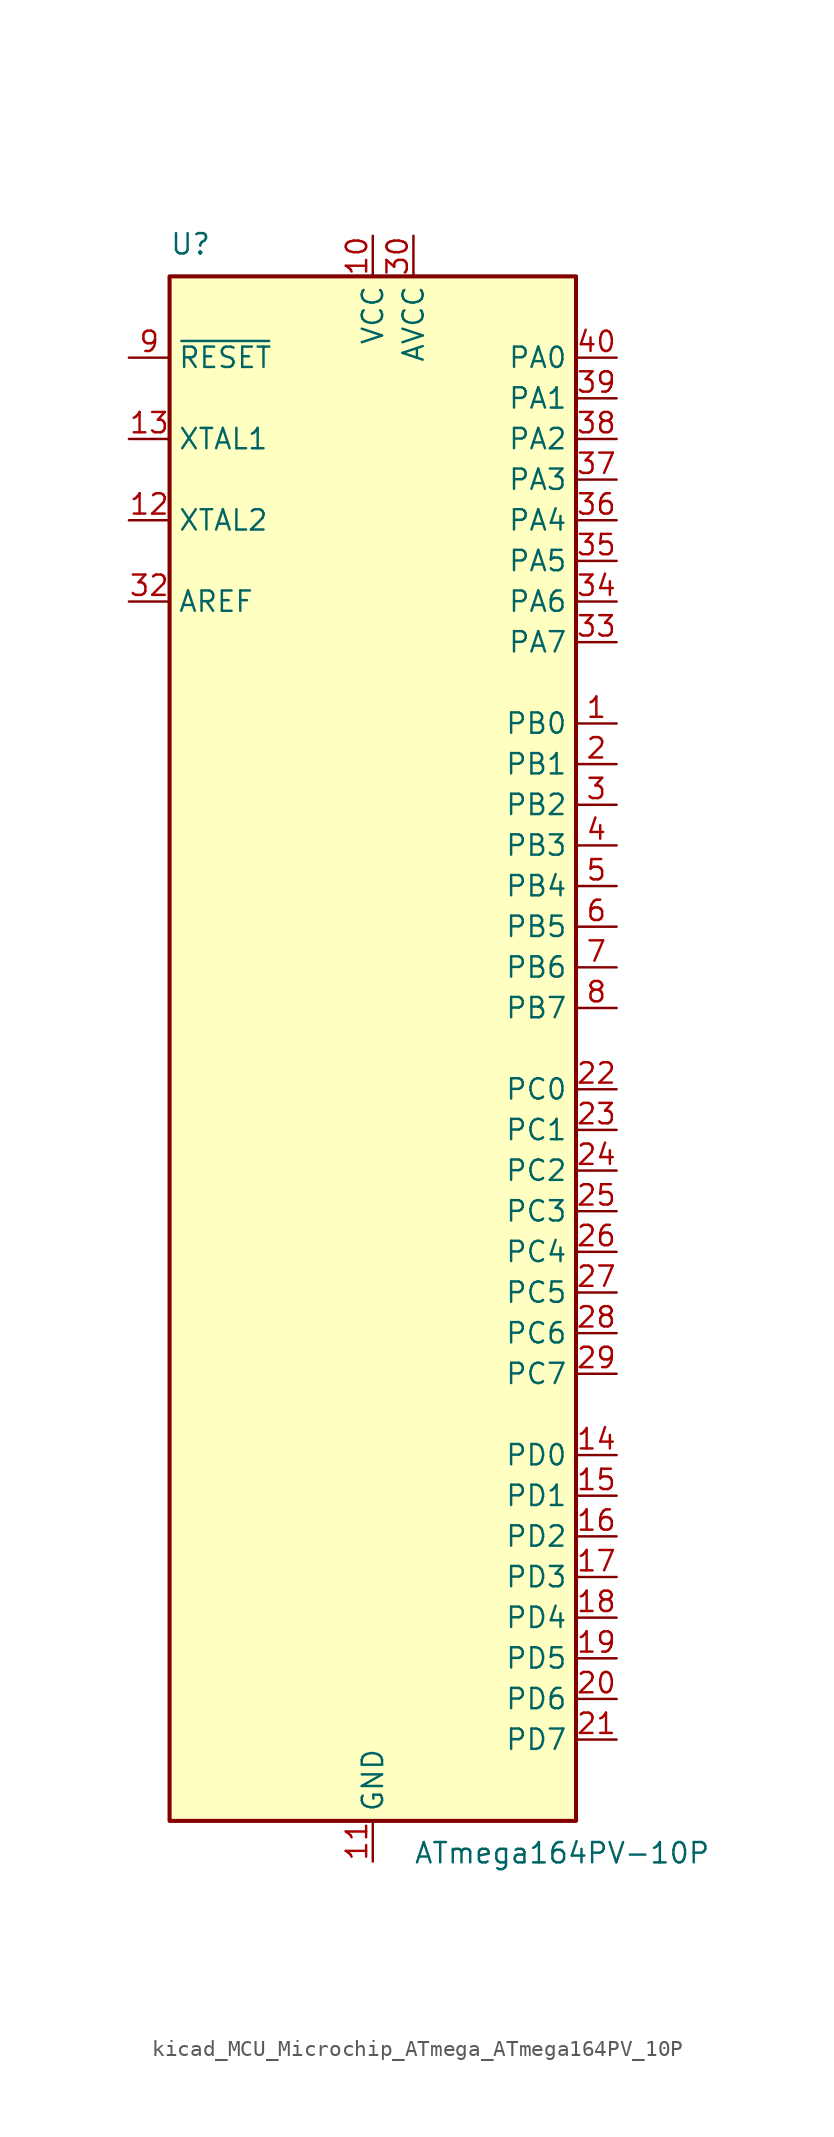
<source format=kicad_sym>
(kicad_symbol_lib
  (version 20220914)
  (generator kicad_symbol_editor)
  (symbol "kicad_MCU_Microchip_ATmega_ATmega164PV_10P"
    (property "Reference" "U"
      (at -12.7 49.53 0)
      (effects (font (size 1.27 1.27)) (justify left bottom)))
    (property "Value" "ATmega164PV-10P"
      (at 2.54 -49.53 0)
      (effects (font (size 1.27 1.27)) (justify left top)))
    (symbol "kicad_MCU_Microchip_ATmega_ATmega164PV_10P_0_1"
      (rectangle (start -12.7 -48.26) (end 12.7 48.26) (stroke (width 0.254) (type default)) (fill (type background))))
    (symbol "kicad_MCU_Microchip_ATmega_ATmega164PV_10P_1_1"
      (pin bidirectional line (at 15.24 20.32 180) (length 2.54) (name "PB0" (effects (font (size 1.27 1.27)))) (number "1" (effects (font (size 1.27 1.27)))))
      (pin power_in line (at 0 50.8 270) (length 2.54) (name "VCC" (effects (font (size 1.27 1.27)))) (number "10" (effects (font (size 1.27 1.27)))))
      (pin power_in line (at 0 -50.8 90) (length 2.54) (name "GND" (effects (font (size 1.27 1.27)))) (number "11" (effects (font (size 1.27 1.27)))))
      (pin output line (at -15.24 33.02 0) (length 2.54) (name "XTAL2" (effects (font (size 1.27 1.27)))) (number "12" (effects (font (size 1.27 1.27)))))
      (pin input line (at -15.24 38.1 0) (length 2.54) (name "XTAL1" (effects (font (size 1.27 1.27)))) (number "13" (effects (font (size 1.27 1.27)))))
      (pin bidirectional line (at 15.24 -25.4 180) (length 2.54) (name "PD0" (effects (font (size 1.27 1.27)))) (number "14" (effects (font (size 1.27 1.27)))))
      (pin bidirectional line (at 15.24 -27.94 180) (length 2.54) (name "PD1" (effects (font (size 1.27 1.27)))) (number "15" (effects (font (size 1.27 1.27)))))
      (pin bidirectional line (at 15.24 -30.48 180) (length 2.54) (name "PD2" (effects (font (size 1.27 1.27)))) (number "16" (effects (font (size 1.27 1.27)))))
      (pin bidirectional line (at 15.24 -33.02 180) (length 2.54) (name "PD3" (effects (font (size 1.27 1.27)))) (number "17" (effects (font (size 1.27 1.27)))))
      (pin bidirectional line (at 15.24 -35.56 180) (length 2.54) (name "PD4" (effects (font (size 1.27 1.27)))) (number "18" (effects (font (size 1.27 1.27)))))
      (pin bidirectional line (at 15.24 -38.1 180) (length 2.54) (name "PD5" (effects (font (size 1.27 1.27)))) (number "19" (effects (font (size 1.27 1.27)))))
      (pin bidirectional line (at 15.24 17.78 180) (length 2.54) (name "PB1" (effects (font (size 1.27 1.27)))) (number "2" (effects (font (size 1.27 1.27)))))
      (pin bidirectional line (at 15.24 -40.64 180) (length 2.54) (name "PD6" (effects (font (size 1.27 1.27)))) (number "20" (effects (font (size 1.27 1.27)))))
      (pin bidirectional line (at 15.24 -43.18 180) (length 2.54) (name "PD7" (effects (font (size 1.27 1.27)))) (number "21" (effects (font (size 1.27 1.27)))))
      (pin bidirectional line (at 15.24 -2.54 180) (length 2.54) (name "PC0" (effects (font (size 1.27 1.27)))) (number "22" (effects (font (size 1.27 1.27)))))
      (pin bidirectional line (at 15.24 -5.08 180) (length 2.54) (name "PC1" (effects (font (size 1.27 1.27)))) (number "23" (effects (font (size 1.27 1.27)))))
      (pin bidirectional line (at 15.24 -7.62 180) (length 2.54) (name "PC2" (effects (font (size 1.27 1.27)))) (number "24" (effects (font (size 1.27 1.27)))))
      (pin bidirectional line (at 15.24 -10.16 180) (length 2.54) (name "PC3" (effects (font (size 1.27 1.27)))) (number "25" (effects (font (size 1.27 1.27)))))
      (pin bidirectional line (at 15.24 -12.7 180) (length 2.54) (name "PC4" (effects (font (size 1.27 1.27)))) (number "26" (effects (font (size 1.27 1.27)))))
      (pin bidirectional line (at 15.24 -15.24 180) (length 2.54) (name "PC5" (effects (font (size 1.27 1.27)))) (number "27" (effects (font (size 1.27 1.27)))))
      (pin bidirectional line (at 15.24 -17.78 180) (length 2.54) (name "PC6" (effects (font (size 1.27 1.27)))) (number "28" (effects (font (size 1.27 1.27)))))
      (pin bidirectional line (at 15.24 -20.32 180) (length 2.54) (name "PC7" (effects (font (size 1.27 1.27)))) (number "29" (effects (font (size 1.27 1.27)))))
      (pin bidirectional line (at 15.24 15.24 180) (length 2.54) (name "PB2" (effects (font (size 1.27 1.27)))) (number "3" (effects (font (size 1.27 1.27)))))
      (pin power_in line (at 2.54 50.8 270) (length 2.54) (name "AVCC" (effects (font (size 1.27 1.27)))) (number "30" (effects (font (size 1.27 1.27)))))
      (pin passive line (at 0 -50.8 90) (length 2.54) hide (name "GND" (effects (font (size 1.27 1.27)))) (number "31" (effects (font (size 1.27 1.27)))))
      (pin passive line (at -15.24 27.94 0) (length 2.54) (name "AREF" (effects (font (size 1.27 1.27)))) (number "32" (effects (font (size 1.27 1.27)))))
      (pin bidirectional line (at 15.24 25.4 180) (length 2.54) (name "PA7" (effects (font (size 1.27 1.27)))) (number "33" (effects (font (size 1.27 1.27)))))
      (pin bidirectional line (at 15.24 27.94 180) (length 2.54) (name "PA6" (effects (font (size 1.27 1.27)))) (number "34" (effects (font (size 1.27 1.27)))))
      (pin bidirectional line (at 15.24 30.48 180) (length 2.54) (name "PA5" (effects (font (size 1.27 1.27)))) (number "35" (effects (font (size 1.27 1.27)))))
      (pin bidirectional line (at 15.24 33.02 180) (length 2.54) (name "PA4" (effects (font (size 1.27 1.27)))) (number "36" (effects (font (size 1.27 1.27)))))
      (pin bidirectional line (at 15.24 35.56 180) (length 2.54) (name "PA3" (effects (font (size 1.27 1.27)))) (number "37" (effects (font (size 1.27 1.27)))))
      (pin bidirectional line (at 15.24 38.1 180) (length 2.54) (name "PA2" (effects (font (size 1.27 1.27)))) (number "38" (effects (font (size 1.27 1.27)))))
      (pin bidirectional line (at 15.24 40.64 180) (length 2.54) (name "PA1" (effects (font (size 1.27 1.27)))) (number "39" (effects (font (size 1.27 1.27)))))
      (pin bidirectional line (at 15.24 12.7 180) (length 2.54) (name "PB3" (effects (font (size 1.27 1.27)))) (number "4" (effects (font (size 1.27 1.27)))))
      (pin bidirectional line (at 15.24 43.18 180) (length 2.54) (name "PA0" (effects (font (size 1.27 1.27)))) (number "40" (effects (font (size 1.27 1.27)))))
      (pin bidirectional line (at 15.24 10.16 180) (length 2.54) (name "PB4" (effects (font (size 1.27 1.27)))) (number "5" (effects (font (size 1.27 1.27)))))
      (pin bidirectional line (at 15.24 7.62 180) (length 2.54) (name "PB5" (effects (font (size 1.27 1.27)))) (number "6" (effects (font (size 1.27 1.27)))))
      (pin bidirectional line (at 15.24 5.08 180) (length 2.54) (name "PB6" (effects (font (size 1.27 1.27)))) (number "7" (effects (font (size 1.27 1.27)))))
      (pin bidirectional line (at 15.24 2.54 180) (length 2.54) (name "PB7" (effects (font (size 1.27 1.27)))) (number "8" (effects (font (size 1.27 1.27)))))
      (pin input line (at -15.24 43.18 0) (length 2.54) (name "~{RESET}" (effects (font (size 1.27 1.27)))) (number "9" (effects (font (size 1.27 1.27))))))))
</source>
